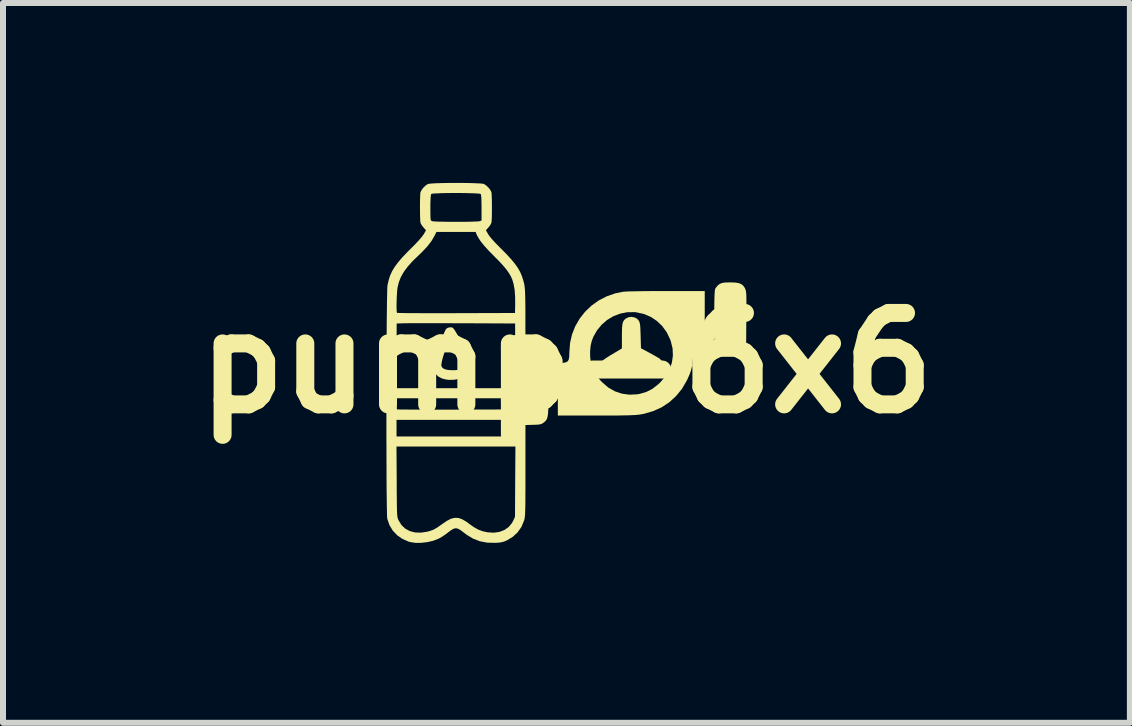
<source format=kicad_pcb>
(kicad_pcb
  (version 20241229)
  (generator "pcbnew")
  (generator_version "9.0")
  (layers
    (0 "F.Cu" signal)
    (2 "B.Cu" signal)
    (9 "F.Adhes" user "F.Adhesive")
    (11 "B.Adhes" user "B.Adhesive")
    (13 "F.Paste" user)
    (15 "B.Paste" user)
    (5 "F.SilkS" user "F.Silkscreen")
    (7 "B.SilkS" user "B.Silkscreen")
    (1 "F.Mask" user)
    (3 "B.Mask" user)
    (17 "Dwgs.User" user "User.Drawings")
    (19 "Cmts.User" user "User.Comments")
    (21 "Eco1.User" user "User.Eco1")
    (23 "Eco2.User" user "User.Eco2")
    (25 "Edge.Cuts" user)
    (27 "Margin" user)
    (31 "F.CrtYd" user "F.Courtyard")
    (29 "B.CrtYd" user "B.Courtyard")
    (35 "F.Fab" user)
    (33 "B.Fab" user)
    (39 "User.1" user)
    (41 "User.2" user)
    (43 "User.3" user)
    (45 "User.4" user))
  (footprint "pump-6x6"
    (layer "F.Cu")
    (at 6.394 3.002)
    (property "Reference" "pump-6x6" (at 0 0 0) (layer "F.SilkS") (effects (font (size 1.524 1.524) (thickness 0.3))))
    (attr board_only exclude_from_pos_files exclude_from_bom)
    (fp_poly (pts (xy 2.808 -1.342) (xy 2.868 -1.333) (xy 2.913 -1.316) (xy 2.946 -1.29) (xy 2.972 -1.253) (xy 2.977 -1.242) (xy 2.983 -1.228) (xy 2.988 -1.214) (xy 2.992 -1.196) (xy 2.995 -1.172) (xy 2.998 -1.14) (xy 2.999 -1.098) (xy 3 -1.042) (xy 3 -0.971) (xy 2.999 -0.881) (xy 2.999 -0.772) (xy 2.998 -0.718) (xy 2.995 -0.244) (xy 2.96 -0.199) (xy 2.93 -0.167) (xy 2.896 -0.142) (xy 2.886 -0.137) (xy 2.85 -0.128) (xy 2.799 -0.123) (xy 2.739 -0.121) (xy 2.679 -0.122) (xy 2.624 -0.126) (xy 2.583 -0.134) (xy 2.574 -0.137) (xy 2.526 -0.17) (xy 2.488 -0.219) (xy 2.467 -0.275) (xy 2.467 -0.279) (xy 2.465 -0.303) (xy 2.464 -0.347) (xy 2.463 -0.41) (xy 2.462 -0.487) (xy 2.462 -0.576) (xy 2.462 -0.674) (xy 2.463 -0.776) (xy 2.464 -0.892) (xy 2.465 -0.986) (xy 2.466 -1.06) (xy 2.468 -1.119) (xy 2.47 -1.162) (xy 2.472 -1.195) (xy 2.475 -1.218) (xy 2.479 -1.234) (xy 2.484 -1.245) (xy 2.491 -1.255) (xy 2.492 -1.257) (xy 2.522 -1.293) (xy 2.554 -1.318) (xy 2.593 -1.334) (xy 2.644 -1.342) (xy 2.712 -1.344) (xy 2.728 -1.344)) (stroke (width 0) (type solid)) (fill yes) (layer "F.SilkS"))
    (fp_poly (pts (xy 1.136 -0.76) (xy 1.169 -0.743) (xy 1.19 -0.725) (xy 1.205 -0.706) (xy 1.217 -0.682) (xy 1.225 -0.65) (xy 1.23 -0.605) (xy 1.233 -0.544) (xy 1.236 -0.463) (xy 1.236 -0.456) (xy 1.242 -0.246) (xy 1.387 -0.168) (xy 1.442 -0.138) (xy 1.491 -0.11) (xy 1.53 -0.088) (xy 1.553 -0.074) (xy 1.555 -0.072) (xy 1.597 -0.027) (xy 1.618 0.028) (xy 1.621 0.057) (xy 1.609 0.111) (xy 1.579 0.156) (xy 1.535 0.188) (xy 1.494 0.2) (xy 1.474 0.201) (xy 1.452 0.199) (xy 1.426 0.191) (xy 1.391 0.177) (xy 1.343 0.154) (xy 1.278 0.121) (xy 1.263 0.114) (xy 1.081 0.021) (xy 0.916 0.12) (xy 0.857 0.154) (xy 0.802 0.184) (xy 0.757 0.206) (xy 0.725 0.22) (xy 0.714 0.223) (xy 0.679 0.222) (xy 0.64 0.211) (xy 0.633 0.209) (xy 0.593 0.181) (xy 0.561 0.139) (xy 0.542 0.092) (xy 0.54 0.071) (xy 0.543 0.04) (xy 0.554 0.012) (xy 0.575 -0.017) (xy 0.609 -0.047) (xy 0.659 -0.082) (xy 0.726 -0.125) (xy 0.752 -0.14) (xy 0.924 -0.243) (xy 0.924 -0.446) (xy 0.925 -0.53) (xy 0.927 -0.594) (xy 0.932 -0.642) (xy 0.94 -0.677) (xy 0.953 -0.703) (xy 0.97 -0.725) (xy 0.992 -0.743) (xy 1.034 -0.763) (xy 1.085 -0.769)) (stroke (width 0) (type solid)) (fill yes) (layer "F.SilkS"))
    (fp_poly (pts (xy -1.905 -0.592) (xy -1.9 -0.59) (xy -1.882 -0.573) (xy -1.86 -0.542) (xy -1.843 -0.514) (xy -1.817 -0.469) (xy -1.785 -0.418) (xy -1.758 -0.377) (xy -1.729 -0.329) (xy -1.697 -0.271) (xy -1.67 -0.214) (xy -1.668 -0.209) (xy -1.648 -0.161) (xy -1.636 -0.122) (xy -1.63 -0.083) (xy -1.628 -0.035) (xy -1.627 0) (xy -1.631 0.081) (xy -1.644 0.143) (xy -1.665 0.188) (xy -1.698 0.222) (xy -1.71 0.23) (xy -1.782 0.262) (xy -1.869 0.279) (xy -1.963 0.281) (xy -2.01 0.275) (xy -2.081 0.256) (xy -2.141 0.223) (xy -2.183 0.18) (xy -2.192 0.165) (xy -2.209 0.11) (xy -2.212 0.037) (xy -2.212 0.034) (xy -2.087 0.034) (xy -2.087 0.043) (xy -2.071 0.077) (xy -2.034 0.102) (xy -1.975 0.116) (xy -1.905 0.12) (xy -1.856 0.119) (xy -1.824 0.116) (xy -1.803 0.108) (xy -1.785 0.094) (xy -1.782 0.091) (xy -1.76 0.053) (xy -1.751 -0.001) (xy -1.756 -0.064) (xy -1.774 -0.134) (xy -1.783 -0.159) (xy -1.8 -0.196) (xy -1.824 -0.24) (xy -1.85 -0.287) (xy -1.878 -0.332) (xy -1.903 -0.37) (xy -1.922 -0.397) (xy -1.934 -0.408) (xy -1.934 -0.408) (xy -1.942 -0.397) (xy -1.957 -0.369) (xy -1.976 -0.327) (xy -1.997 -0.276) (xy -2.018 -0.22) (xy -2.038 -0.164) (xy -2.055 -0.112) (xy -2.059 -0.098) (xy -2.073 -0.046) (xy -2.082 -0.000138) (xy -2.087 0.034) (xy -2.212 0.034) (xy -2.202 -0.049) (xy -2.179 -0.146) (xy -2.143 -0.251) (xy -2.137 -0.267) (xy -2.095 -0.372) (xy -2.06 -0.455) (xy -2.034 -0.515) (xy -2.015 -0.554) (xy -2.006 -0.569) (xy -1.978 -0.587) (xy -1.94 -0.596)) (stroke (width 0) (type solid)) (fill yes) (layer "F.SilkS"))
    (fp_poly (pts (xy 2.305 -0.324) (xy 2.24 -0.324) (xy 2.188 -0.32) (xy 2.153 -0.306) (xy 2.147 -0.301) (xy 2.135 -0.29) (xy 2.127 -0.276) (xy 2.121 -0.254) (xy 2.117 -0.221) (xy 2.113 -0.171) (xy 2.111 -0.124) (xy 2.104 -0.029) (xy 2.093 0.05) (xy 2.077 0.121) (xy 2.052 0.191) (xy 2.018 0.268) (xy 2.005 0.294) (xy 1.925 0.431) (xy 1.828 0.55) (xy 1.716 0.653) (xy 1.589 0.737) (xy 1.448 0.801) (xy 1.296 0.846) (xy 1.225 0.859) (xy 1.191 0.863) (xy 1.15 0.867) (xy 1.098 0.869) (xy 1.034 0.872) (xy 0.956 0.873) (xy 0.862 0.875) (xy 0.749 0.876) (xy 0.616 0.876) (xy 0.483 0.876) (xy -0.144 0.876) (xy -0.144 0) (xy -0.105 -0.001) (xy -0.046 -0.004) (xy -0.004 -0.013) (xy 0.023 -0.031) (xy 0.039 -0.063) (xy 0.046 -0.111) (xy 0.048 -0.179) (xy 0.048 -0.184) (xy 0.049 -0.194) (xy 0.394 -0.194) (xy 0.395 -0.102) (xy 0.405 -0.018) (xy 0.413 0.017) (xy 0.45 0.118) (xy 0.499 0.207) (xy 0.565 0.29) (xy 0.599 0.325) (xy 0.699 0.41) (xy 0.808 0.472) (xy 0.924 0.511) (xy 1.047 0.528) (xy 1.178 0.522) (xy 1.219 0.515) (xy 1.328 0.484) (xy 1.432 0.431) (xy 1.531 0.354) (xy 1.567 0.319) (xy 1.653 0.218) (xy 1.716 0.11) (xy 1.757 -0.004) (xy 1.774 -0.122) (xy 1.769 -0.243) (xy 1.739 -0.365) (xy 1.728 -0.395) (xy 1.671 -0.513) (xy 1.596 -0.616) (xy 1.506 -0.702) (xy 1.403 -0.77) (xy 1.289 -0.818) (xy 1.165 -0.845) (xy 1.137 -0.848) (xy 1.013 -0.847) (xy 0.894 -0.823) (xy 0.781 -0.78) (xy 0.677 -0.717) (xy 0.586 -0.638) (xy 0.508 -0.543) (xy 0.447 -0.435) (xy 0.419 -0.36) (xy 0.402 -0.283) (xy 0.394 -0.194) (xy 0.049 -0.194) (xy 0.06 -0.335) (xy 0.093 -0.478) (xy 0.147 -0.614) (xy 0.22 -0.74) (xy 0.31 -0.855) (xy 0.416 -0.956) (xy 0.536 -1.042) (xy 0.669 -1.111) (xy 0.812 -1.161) (xy 0.942 -1.188) (xy 0.971 -1.19) (xy 1.022 -1.193) (xy 1.091 -1.195) (xy 1.178 -1.196) (xy 1.278 -1.198) (xy 1.391 -1.199) (xy 1.512 -1.2) (xy 1.641 -1.2) (xy 1.666 -1.2) (xy 2.305 -1.2)) (stroke (width 0) (type solid)) (fill yes) (layer "F.SilkS"))
    (fp_poly (pts (xy -1.739 -3.002) (xy -1.649 -3.001) (xy -1.565 -2.999) (xy -1.493 -2.996) (xy -1.435 -2.993) (xy -1.394 -2.989) (xy -1.377 -2.985) (xy -1.338 -2.96) (xy -1.299 -2.923) (xy -1.267 -2.881) (xy -1.252 -2.848) (xy -1.248 -2.823) (xy -1.246 -2.78) (xy -1.244 -2.722) (xy -1.243 -2.655) (xy -1.243 -2.584) (xy -1.243 -2.514) (xy -1.244 -2.448) (xy -1.246 -2.394) (xy -1.249 -2.354) (xy -1.252 -2.337) (xy -1.265 -2.309) (xy -1.289 -2.274) (xy -1.302 -2.259) (xy -1.343 -2.213) (xy -1.306 -2.148) (xy -1.281 -2.112) (xy -1.24 -2.063) (xy -1.184 -2.001) (xy -1.114 -1.93) (xy -1.087 -1.903) (xy -0.994 -1.809) (xy -0.919 -1.727) (xy -0.858 -1.653) (xy -0.81 -1.584) (xy -0.772 -1.518) (xy -0.743 -1.449) (xy -0.72 -1.377) (xy -0.715 -1.36) (xy -0.708 -1.331) (xy -0.702 -1.304) (xy -0.698 -1.273) (xy -0.694 -1.239) (xy -0.691 -1.197) (xy -0.689 -1.145) (xy -0.687 -1.082) (xy -0.686 -1.004) (xy -0.685 -0.909) (xy -0.685 -0.794) (xy -0.685 -0.675) (xy -0.684 -0.192) (xy -0.56 -0.192) (xy -0.489 -0.19) (xy -0.436 -0.182) (xy -0.395 -0.166) (xy -0.362 -0.141) (xy -0.331 -0.104) (xy -0.325 -0.095) (xy -0.32 -0.084) (xy -0.315 -0.069) (xy -0.312 -0.048) (xy -0.31 -0.019) (xy -0.308 0.022) (xy -0.306 0.076) (xy -0.305 0.146) (xy -0.304 0.234) (xy -0.303 0.343) (xy -0.303 0.394) (xy -0.302 0.522) (xy -0.302 0.628) (xy -0.302 0.714) (xy -0.304 0.784) (xy -0.307 0.839) (xy -0.313 0.881) (xy -0.32 0.914) (xy -0.329 0.938) (xy -0.342 0.958) (xy -0.357 0.974) (xy -0.376 0.99) (xy -0.381 0.994) (xy -0.402 1.008) (xy -0.423 1.018) (xy -0.45 1.024) (xy -0.488 1.028) (xy -0.543 1.03) (xy -0.554 1.03) (xy -0.684 1.034) (xy -0.684 1.795) (xy -0.684 1.949) (xy -0.684 2.082) (xy -0.685 2.194) (xy -0.685 2.289) (xy -0.686 2.367) (xy -0.687 2.43) (xy -0.689 2.481) (xy -0.69 2.521) (xy -0.693 2.553) (xy -0.696 2.578) (xy -0.699 2.597) (xy -0.703 2.614) (xy -0.707 2.627) (xy -0.751 2.733) (xy -0.815 2.824) (xy -0.896 2.898) (xy -0.992 2.956) (xy -1.036 2.975) (xy -1.077 2.987) (xy -1.122 2.994) (xy -1.181 2.998) (xy -1.187 2.998) (xy -1.321 2.995) (xy -1.445 2.971) (xy -1.559 2.927) (xy -1.669 2.86) (xy -1.706 2.832) (xy -1.761 2.789) (xy -1.804 2.764) (xy -1.841 2.754) (xy -1.878 2.761) (xy -1.92 2.784) (xy -1.972 2.823) (xy -1.978 2.828) (xy -2.026 2.864) (xy -2.079 2.899) (xy -2.126 2.926) (xy -2.131 2.928) (xy -2.22 2.963) (xy -2.32 2.986) (xy -2.422 2.998) (xy -2.522 2.998) (xy -2.61 2.984) (xy -2.631 2.978) (xy -2.734 2.933) (xy -2.823 2.871) (xy -2.896 2.794) (xy -2.951 2.703) (xy -2.986 2.602) (xy -2.988 2.595) (xy -2.99 2.573) (xy -2.992 2.529) (xy -2.993 2.464) (xy -2.995 2.379) (xy -2.996 2.277) (xy -2.998 2.159) (xy -2.999 2.027) (xy -3 1.882) (xy -3 1.726) (xy -3.001 1.56) (xy -3.001 1.392) (xy -2.834 1.392) (xy -2.83 1.978) (xy -2.83 2.111) (xy -2.829 2.223) (xy -2.828 2.315) (xy -2.827 2.39) (xy -2.826 2.449) (xy -2.824 2.496) (xy -2.822 2.531) (xy -2.819 2.558) (xy -2.815 2.578) (xy -2.811 2.594) (xy -2.806 2.608) (xy -2.799 2.623) (xy -2.799 2.623) (xy -2.751 2.701) (xy -2.688 2.761) (xy -2.612 2.802) (xy -2.524 2.825) (xy -2.424 2.828) (xy -2.316 2.811) (xy -2.267 2.797) (xy -2.214 2.777) (xy -2.158 2.745) (xy -2.093 2.7) (xy -2.078 2.689) (xy -1.998 2.634) (xy -1.928 2.597) (xy -1.864 2.581) (xy -1.802 2.583) (xy -1.739 2.605) (xy -1.67 2.645) (xy -1.625 2.679) (xy -1.544 2.736) (xy -1.47 2.778) (xy -1.396 2.805) (xy -1.318 2.822) (xy -1.214 2.829) (xy -1.119 2.816) (xy -1.035 2.784) (xy -0.964 2.734) (xy -0.909 2.668) (xy -0.887 2.626) (xy -0.858 2.563) (xy -0.855 1.978) (xy -0.851 1.392) (xy -2.834 1.392) (xy -3.001 1.392) (xy -3.001 1.386) (xy -3.002 1.224) (xy -2.833 1.224) (xy -0.852 1.224) (xy -0.852 0.948) (xy -2.833 0.948) (xy -2.833 1.224) (xy -3.002 1.224) (xy -3.002 1.206) (xy -3.002 1.021) (xy -3.002 0.833) (xy -3.002 0.676) (xy -2.833 0.676) (xy -2.832 0.72) (xy -2.829 0.754) (xy -2.825 0.772) (xy -2.825 0.772) (xy -2.812 0.774) (xy -2.777 0.775) (xy -2.721 0.776) (xy -2.647 0.776) (xy -2.556 0.777) (xy -2.45 0.777) (xy -2.331 0.778) (xy -2.2 0.778) (xy -2.06 0.778) (xy -1.912 0.778) (xy -1.838 0.777) (xy -0.858 0.774) (xy -0.855 0.681) (xy -0.851 0.588) (xy -2.833 0.588) (xy -2.833 0.676) (xy -3.002 0.676) (xy -3.002 0.643) (xy -3.002 0.454) (xy -3.001 0.42) (xy -2.833 0.42) (xy -0.852 0.42) (xy -0.854 -0.119) (xy -0.856 -0.659) (xy -1.733 -0.663) (xy -1.88 -0.663) (xy -2.021 -0.664) (xy -2.156 -0.664) (xy -2.282 -0.664) (xy -2.397 -0.664) (xy -2.498 -0.664) (xy -2.583 -0.664) (xy -2.651 -0.663) (xy -2.699 -0.663) (xy -2.721 -0.662) (xy -2.831 -0.659) (xy -2.832 -0.119) (xy -2.833 0.42) (xy -3.001 0.42) (xy -3.001 0.266) (xy -3.001 0.081) (xy -3 -0.099) (xy -2.999 -0.272) (xy -2.998 -0.438) (xy -2.997 -0.593) (xy -2.996 -0.738) (xy -2.994 -0.869) (xy -2.993 -0.979) (xy -2.833 -0.979) (xy -2.833 -0.922) (xy -2.831 -0.876) (xy -2.828 -0.846) (xy -2.825 -0.836) (xy -2.812 -0.835) (xy -2.777 -0.834) (xy -2.721 -0.833) (xy -2.647 -0.832) (xy -2.556 -0.832) (xy -2.45 -0.831) (xy -2.331 -0.831) (xy -2.2 -0.831) (xy -2.06 -0.831) (xy -1.912 -0.831) (xy -1.838 -0.831) (xy -0.858 -0.834) (xy -0.855 -0.978) (xy -0.856 -1.103) (xy -0.864 -1.217) (xy -0.881 -1.315) (xy -0.902 -1.387) (xy -0.926 -1.442) (xy -0.958 -1.498) (xy -1 -1.557) (xy -1.054 -1.622) (xy -1.123 -1.697) (xy -1.208 -1.783) (xy -1.298 -1.874) (xy -1.37 -1.954) (xy -1.427 -2.024) (xy -1.468 -2.086) (xy -1.498 -2.142) (xy -1.5 -2.148) (xy -1.515 -2.185) (xy -2.168 -2.185) (xy -2.199 -2.122) (xy -2.251 -2.033) (xy -2.323 -1.94) (xy -2.416 -1.842) (xy -2.463 -1.797) (xy -2.566 -1.698) (xy -2.648 -1.606) (xy -2.713 -1.518) (xy -2.761 -1.433) (xy -2.795 -1.347) (xy -2.815 -1.264) (xy -2.821 -1.223) (xy -2.825 -1.169) (xy -2.829 -1.108) (xy -2.831 -1.043) (xy -2.833 -0.979) (xy -2.993 -0.979) (xy -2.993 -0.986) (xy -2.991 -1.087) (xy -2.989 -1.17) (xy -2.988 -1.234) (xy -2.986 -1.277) (xy -2.984 -1.296) (xy -2.965 -1.38) (xy -2.941 -1.456) (xy -2.908 -1.53) (xy -2.864 -1.602) (xy -2.808 -1.678) (xy -2.738 -1.76) (xy -2.651 -1.851) (xy -2.605 -1.897) (xy -2.53 -1.972) (xy -2.468 -2.038) (xy -2.42 -2.093) (xy -2.388 -2.135) (xy -2.379 -2.148) (xy -2.342 -2.213) (xy -2.383 -2.259) (xy -2.409 -2.292) (xy -2.429 -2.325) (xy -2.433 -2.337) (xy -2.437 -2.362) (xy -2.439 -2.405) (xy -2.441 -2.463) (xy -2.442 -2.53) (xy -2.442 -2.59) (xy -2.269 -2.59) (xy -2.269 -2.514) (xy -2.268 -2.458) (xy -2.267 -2.419) (xy -2.264 -2.394) (xy -2.259 -2.379) (xy -2.253 -2.371) (xy -2.244 -2.366) (xy -2.242 -2.365) (xy -2.222 -2.362) (xy -2.182 -2.359) (xy -2.125 -2.357) (xy -2.055 -2.356) (xy -1.976 -2.354) (xy -1.891 -2.354) (xy -1.804 -2.354) (xy -1.719 -2.354) (xy -1.639 -2.355) (xy -1.569 -2.357) (xy -1.511 -2.359) (xy -1.469 -2.361) (xy -1.448 -2.364) (xy -1.447 -2.364) (xy -1.416 -2.376) (xy -1.416 -2.59) (xy -1.417 -2.678) (xy -1.419 -2.743) (xy -1.422 -2.787) (xy -1.427 -2.812) (xy -1.431 -2.818) (xy -1.447 -2.823) (xy -1.483 -2.826) (xy -1.537 -2.829) (xy -1.604 -2.831) (xy -1.681 -2.833) (xy -1.765 -2.834) (xy -1.851 -2.834) (xy -1.938 -2.834) (xy -2.021 -2.833) (xy -2.096 -2.831) (xy -2.16 -2.828) (xy -2.211 -2.826) (xy -2.243 -2.822) (xy -2.254 -2.818) (xy -2.26 -2.803) (xy -2.264 -2.77) (xy -2.267 -2.716) (xy -2.269 -2.641) (xy -2.269 -2.59) (xy -2.442 -2.59) (xy -2.443 -2.601) (xy -2.442 -2.672) (xy -2.441 -2.737) (xy -2.439 -2.792) (xy -2.436 -2.831) (xy -2.434 -2.848) (xy -2.414 -2.887) (xy -2.381 -2.929) (xy -2.342 -2.965) (xy -2.308 -2.985) (xy -2.285 -2.989) (xy -2.24 -2.993) (xy -2.179 -2.997) (xy -2.104 -2.999) (xy -2.02 -3.001) (xy -1.928 -3.002) (xy -1.833 -3.002)) (stroke (width 0) (type solid)) (fill yes) (layer "F.SilkS")))
  (gr_rect
    (start -3 -3)
    (end 15.787 9)
    (stroke (width 0.1) (type default))
    (fill no)
    (layer "Edge.Cuts")))
</source>
